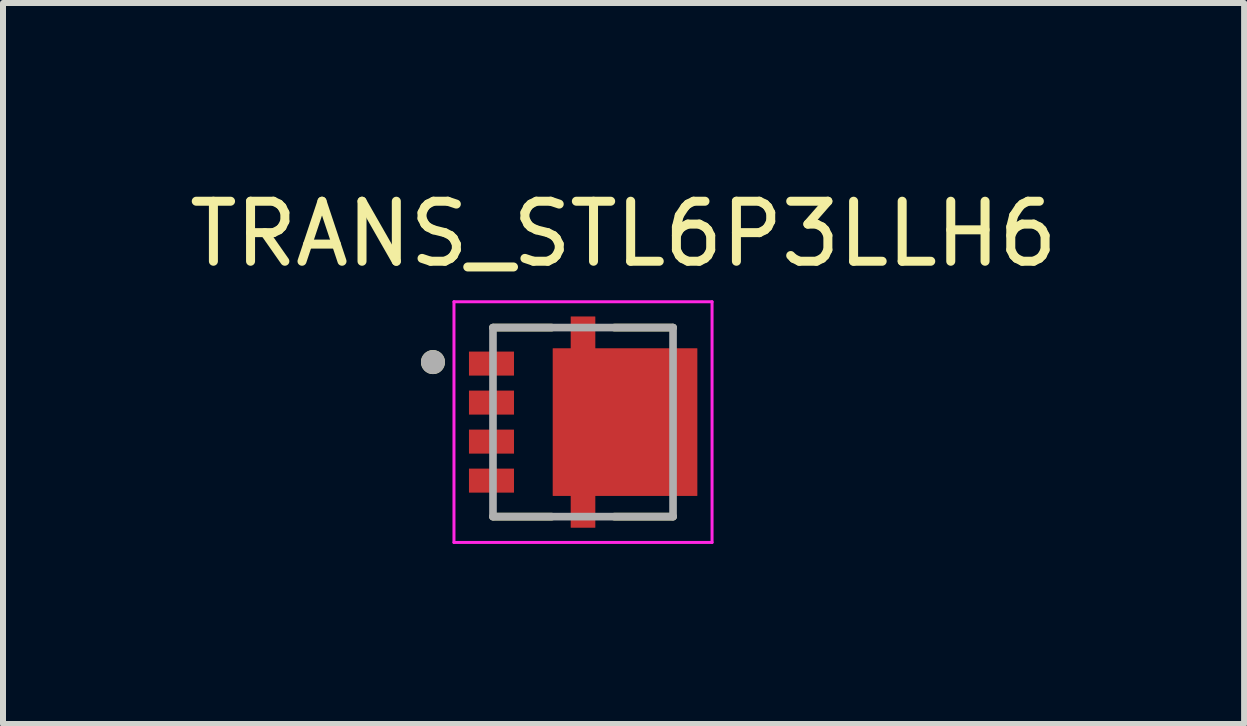
<source format=kicad_pcb>
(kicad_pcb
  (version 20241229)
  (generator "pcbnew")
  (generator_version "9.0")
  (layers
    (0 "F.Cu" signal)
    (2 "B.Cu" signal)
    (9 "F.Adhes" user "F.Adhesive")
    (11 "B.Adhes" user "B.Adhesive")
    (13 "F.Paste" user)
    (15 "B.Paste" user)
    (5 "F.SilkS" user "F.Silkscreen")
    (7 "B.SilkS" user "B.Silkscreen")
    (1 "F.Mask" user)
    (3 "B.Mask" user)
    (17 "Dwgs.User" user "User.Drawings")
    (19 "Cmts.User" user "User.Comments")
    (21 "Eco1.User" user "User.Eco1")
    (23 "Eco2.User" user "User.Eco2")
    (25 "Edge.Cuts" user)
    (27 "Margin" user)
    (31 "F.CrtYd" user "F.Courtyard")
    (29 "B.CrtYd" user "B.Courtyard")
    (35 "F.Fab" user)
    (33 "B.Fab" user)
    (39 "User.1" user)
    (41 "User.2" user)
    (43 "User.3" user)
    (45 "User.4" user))
  (footprint "TRANS_STL6P3LLH6"
    (layer "F.Cu")
    (at 6.664 3.983)
    (property "Reference" "TRANS_STL6P3LLH6" (at 0.675 -3.135 0) (layer "F.SilkS") (effects (font (size 1 1) (thickness 0.15))))
    (attr smd)
    (fp_poly (pts (xy -0.6 -1.325) (xy -0.6 1.325) (xy -0.3 1.325) (xy -0.3 1.855) (xy 0.3 1.855) (xy 0.3 1.325) (xy 2 1.325) (xy 2 -1.325) (xy 0.3 -1.325) (xy 0.3 -1.855) (xy -0.3 -1.855) (xy -0.3 -1.325)) (stroke (width 0.01) (type solid)) (fill yes) (layer "F.Mask"))
    (fp_line (start -0.52 -1.575) (end -1.5 -1.575) (stroke (width 0.127) (type solid)) (layer "F.SilkS"))
    (fp_line (start -0.52 1.575) (end -1.5 1.575) (stroke (width 0.127) (type solid)) (layer "F.SilkS"))
    (fp_line (start 1.5 -1.575) (end 0.52 -1.575) (stroke (width 0.127) (type solid)) (layer "F.SilkS"))
    (fp_line (start 1.5 1.575) (end 0.52 1.575) (stroke (width 0.127) (type solid)) (layer "F.SilkS"))
    (fp_circle (center -2.5 -1) (end -2.4 -1) (stroke (width 0.2) (type solid)) (fill no) (layer "F.SilkS"))
    (fp_poly (pts (xy -0.2 -1.755) (xy 0.2 -1.755) (xy 0.2 -1.23) (xy -0.2 -1.23)) (stroke (width 0.01) (type solid)) (fill yes) (layer "F.Paste"))
    (fp_poly (pts (xy -0.2 1.23) (xy 0.2 1.23) (xy 0.2 1.755) (xy -0.2 1.755)) (stroke (width 0.01) (type solid)) (fill yes) (layer "F.Paste"))
    (fp_poly (pts (xy -0.06 -0.775) (xy 1.46 -0.775) (xy 1.46 0.775) (xy -0.06 0.775)) (stroke (width 0.01) (type solid)) (fill yes) (layer "F.Paste"))
    (fp_line (start -2.15 -2.005) (end 2.15 -2.005) (stroke (width 0.05) (type solid)) (layer "F.CrtYd"))
    (fp_line (start -2.15 2.005) (end -2.15 -2.005) (stroke (width 0.05) (type solid)) (layer "F.CrtYd"))
    (fp_line (start 2.15 -2.005) (end 2.15 2.005) (stroke (width 0.05) (type solid)) (layer "F.CrtYd"))
    (fp_line (start 2.15 2.005) (end -2.15 2.005) (stroke (width 0.05) (type solid)) (layer "F.CrtYd"))
    (fp_line (start -1.5 -1.575) (end 1.5 -1.575) (stroke (width 0.127) (type solid)) (layer "F.Fab"))
    (fp_line (start -1.5 1.575) (end -1.5 -1.575) (stroke (width 0.127) (type solid)) (layer "F.Fab"))
    (fp_line (start 1.5 -1.575) (end 1.5 1.575) (stroke (width 0.127) (type solid)) (layer "F.Fab"))
    (fp_line (start 1.5 1.575) (end -1.5 1.575) (stroke (width 0.127) (type solid)) (layer "F.Fab"))
    (fp_circle (center -2.5 -1) (end -2.4 -1) (stroke (width 0.2) (type solid)) (fill no) (layer "F.Fab"))
    (pad "1" smd rect (at -1.525 -0.975) (size 0.75 0.4) (layers "F.Cu" "F.Mask" "F.Paste"))
    (pad "2" smd rect (at -1.525 -0.325) (size 0.75 0.4) (layers "F.Cu" "F.Mask" "F.Paste"))
    (pad "3" smd rect (at -1.525 0.325) (size 0.75 0.4) (layers "F.Cu" "F.Mask" "F.Paste"))
    (pad "4" smd rect (at -1.525 0.975) (size 0.75 0.4) (layers "F.Cu" "F.Mask" "F.Paste"))
    (pad "5_8" smd custom (at 0.7 0) (size 2.4 2.45) (layers "F.Cu") (options (anchor rect)) (primitives (gr_poly (pts (xy -1.2 -1.225) (xy -1.2 1.225) (xy -0.9 1.225) (xy -0.9 1.755) (xy -0.5 1.755) (xy -0.5 1.225) (xy 1.2 1.225) (xy 1.2 -1.225) (xy -0.5 -1.225) (xy -0.5 -1.755) (xy -0.9 -1.755) (xy -0.9 -1.225)) (width 0.01) (fill yes)))))
  (gr_rect
    (start -3 -3)
    (end 17.679 9.013)
    (stroke (width 0.1) (type default))
    (fill no)
    (layer "Edge.Cuts")))
</source>
